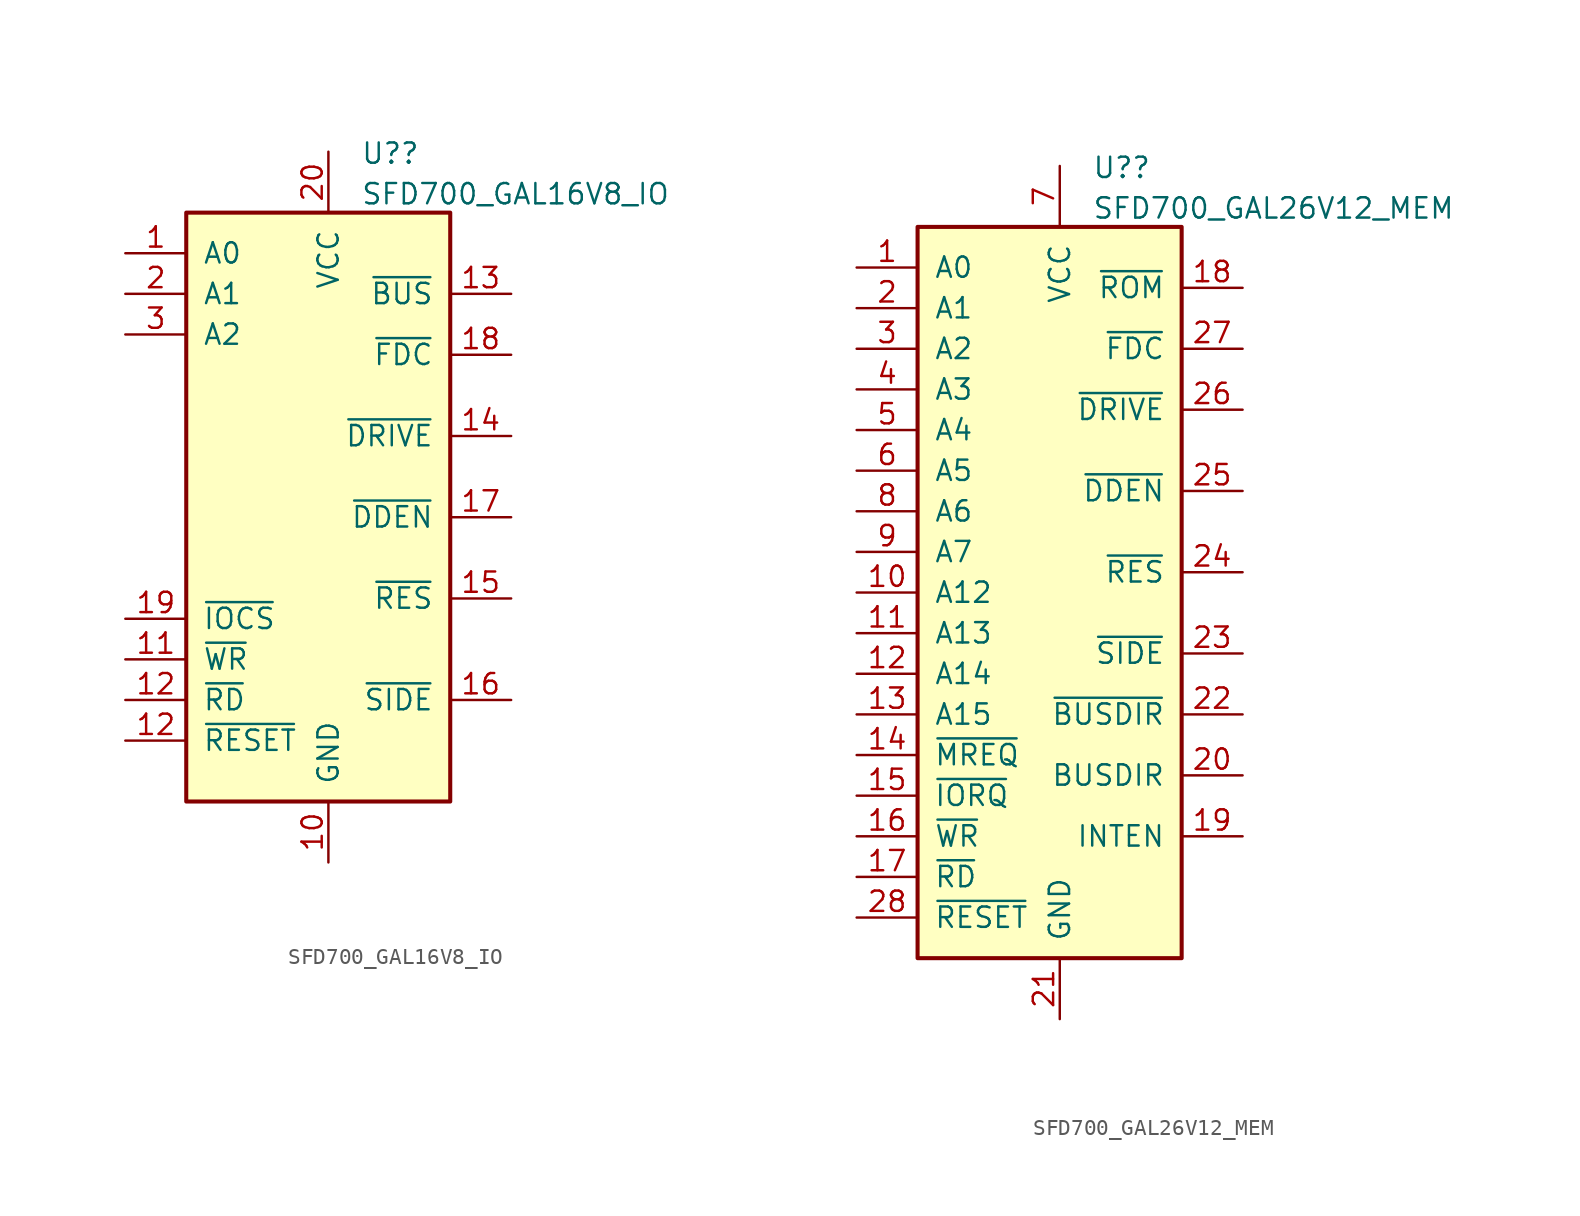
<source format=kicad_sym>
(kicad_symbol_lib
  (version 20220914)
  (generator kicad_symbol_editor)
  (symbol "SFD700_GAL16V8_IO"
    (pin_names
      (offset 1.016))
    (property "Reference" "U?"
      (at 2.019 18.94 0)
      (effects (font (size 1.27 1.27)) (justify left)))
    (property "Value" "SFD700_GAL16V8_IO"
      (at 2.019 16.403 0)
      (effects (font (size 1.27 1.27)) (justify left)))
    (symbol "SFD700_GAL16V8_IO_0_0"
      (pin power_in line (at 0 -25.4 90) (length 3.81) (name "GND" (effects (font (size 1.27 1.27)))) (number "10" (effects (font (size 1.27 1.27)))))
      (pin power_in line (at 0 19.05 270) (length 3.81) (name "VCC" (effects (font (size 1.27 1.27)))) (number "20" (effects (font (size 1.27 1.27))))))
    (symbol "SFD700_GAL16V8_IO_0_1"
      (rectangle (start -8.89 15.24) (end 7.62 -21.59) (stroke (width 0.254) (type default)) (fill (type background))))
    (symbol "SFD700_GAL16V8_IO_1_1"
      (pin input line (at -12.7 12.7 0) (length 3.81) (name "A0" (effects (font (size 1.27 1.27)))) (number "1" (effects (font (size 1.27 1.27)))))
      (pin input line (at -12.7 -12.7 0) (length 3.81) (name "~{WR}" (effects (font (size 1.27 1.27)))) (number "11" (effects (font (size 1.27 1.27)))))
      (pin input line (at -12.7 -15.24 0) (length 3.81) (name "~{RD}" (effects (font (size 1.27 1.27)))) (number "12" (effects (font (size 1.27 1.27)))))
      (pin input line (at -12.7 -17.78 0) (length 3.81) (name "~{RESET}" (effects (font (size 1.27 1.27)))) (number "12" (effects (font (size 1.27 1.27)))))
      (pin output line (at 11.43 10.16 180) (length 3.81) (name "~{BUS}" (effects (font (size 1.27 1.27)))) (number "13" (effects (font (size 1.27 1.27)))))
      (pin output line (at 11.43 1.27 180) (length 3.81) (name "~{DRIVE}" (effects (font (size 1.27 1.27)))) (number "14" (effects (font (size 1.27 1.27)))))
      (pin output line (at 11.43 -8.89 180) (length 3.81) (name "~{RES}" (effects (font (size 1.27 1.27)))) (number "15" (effects (font (size 1.27 1.27)))))
      (pin output line (at 11.43 -15.24 180) (length 3.81) (name "~{SIDE}" (effects (font (size 1.27 1.27)))) (number "16" (effects (font (size 1.27 1.27)))))
      (pin output line (at 11.43 -3.81 180) (length 3.81) (name "~{DDEN}" (effects (font (size 1.27 1.27)))) (number "17" (effects (font (size 1.27 1.27)))))
      (pin output line (at 11.43 6.35 180) (length 3.81) (name "~{FDC}" (effects (font (size 1.27 1.27)))) (number "18" (effects (font (size 1.27 1.27)))))
      (pin input line (at -12.7 -10.16 0) (length 3.81) (name "~{IOCS}" (effects (font (size 1.27 1.27)))) (number "19" (effects (font (size 1.27 1.27)))))
      (pin input line (at -12.7 10.16 0) (length 3.81) (name "A1" (effects (font (size 1.27 1.27)))) (number "2" (effects (font (size 1.27 1.27)))))
      (pin input line (at -12.7 7.62 0) (length 3.81) (name "A2" (effects (font (size 1.27 1.27)))) (number "3" (effects (font (size 1.27 1.27)))))))
  (symbol "SFD700_GAL26V12_MEM"
    (pin_names
      (offset 1.016))
    (property "Reference" "U?"
      (at 2.019 18.94 0)
      (effects (font (size 1.27 1.27)) (justify left)))
    (property "Value" "SFD700_GAL26V12_MEM"
      (at 2.019 16.403 0)
      (effects (font (size 1.27 1.27)) (justify left)))
    (symbol "SFD700_GAL26V12_MEM_0_0"
      (pin power_in line (at 0 -34.29 90) (length 3.81) (name "GND" (effects (font (size 1.27 1.27)))) (number "21" (effects (font (size 1.27 1.27)))))
      (pin power_in line (at 0 19.05 270) (length 3.81) (name "VCC" (effects (font (size 1.27 1.27)))) (number "7" (effects (font (size 1.27 1.27))))))
    (symbol "SFD700_GAL26V12_MEM_0_1"
      (rectangle (start -8.89 15.24) (end 7.62 -30.48) (stroke (width 0.254) (type default)) (fill (type background))))
    (symbol "SFD700_GAL26V12_MEM_1_1"
      (pin input line (at -12.7 12.7 0) (length 3.81) (name "A0" (effects (font (size 1.27 1.27)))) (number "1" (effects (font (size 1.27 1.27)))))
      (pin input line (at -12.7 -7.62 0) (length 3.81) (name "A12" (effects (font (size 1.27 1.27)))) (number "10" (effects (font (size 1.27 1.27)))))
      (pin input line (at -12.7 -10.16 0) (length 3.81) (name "A13" (effects (font (size 1.27 1.27)))) (number "11" (effects (font (size 1.27 1.27)))))
      (pin input line (at -12.7 -12.7 0) (length 3.81) (name "A14" (effects (font (size 1.27 1.27)))) (number "12" (effects (font (size 1.27 1.27)))))
      (pin input line (at -12.7 -15.24 0) (length 3.81) (name "A15" (effects (font (size 1.27 1.27)))) (number "13" (effects (font (size 1.27 1.27)))))
      (pin input line (at -12.7 -17.78 0) (length 3.81) (name "~{MREQ}" (effects (font (size 1.27 1.27)))) (number "14" (effects (font (size 1.27 1.27)))))
      (pin input line (at -12.7 -20.32 0) (length 3.81) (name "~{IORQ}" (effects (font (size 1.27 1.27)))) (number "15" (effects (font (size 1.27 1.27)))))
      (pin input line (at -12.7 -22.86 0) (length 3.81) (name "~{WR}" (effects (font (size 1.27 1.27)))) (number "16" (effects (font (size 1.27 1.27)))))
      (pin input line (at -12.7 -25.4 0) (length 3.81) (name "~{RD}" (effects (font (size 1.27 1.27)))) (number "17" (effects (font (size 1.27 1.27)))))
      (pin output line (at 11.43 11.43 180) (length 3.81) (name "~{ROM}" (effects (font (size 1.27 1.27)))) (number "18" (effects (font (size 1.27 1.27)))))
      (pin output line (at 11.43 -22.86 180) (length 3.81) (name "INTEN" (effects (font (size 1.27 1.27)))) (number "19" (effects (font (size 1.27 1.27)))))
      (pin input line (at -12.7 10.16 0) (length 3.81) (name "A1" (effects (font (size 1.27 1.27)))) (number "2" (effects (font (size 1.27 1.27)))))
      (pin output line (at 11.43 -19.05 180) (length 3.81) (name "BUSDIR" (effects (font (size 1.27 1.27)))) (number "20" (effects (font (size 1.27 1.27)))))
      (pin output line (at 11.43 -15.24 180) (length 3.81) (name "~{BUSDIR}" (effects (font (size 1.27 1.27)))) (number "22" (effects (font (size 1.27 1.27)))))
      (pin output line (at 11.43 -11.43 180) (length 3.81) (name "~{SIDE}" (effects (font (size 1.27 1.27)))) (number "23" (effects (font (size 1.27 1.27)))))
      (pin output line (at 11.43 -6.35 180) (length 3.81) (name "~{RES}" (effects (font (size 1.27 1.27)))) (number "24" (effects (font (size 1.27 1.27)))))
      (pin output line (at 11.43 -1.27 180) (length 3.81) (name "~{DDEN}" (effects (font (size 1.27 1.27)))) (number "25" (effects (font (size 1.27 1.27)))))
      (pin output line (at 11.43 3.81 180) (length 3.81) (name "~{DRIVE}" (effects (font (size 1.27 1.27)))) (number "26" (effects (font (size 1.27 1.27)))))
      (pin output line (at 11.43 7.62 180) (length 3.81) (name "~{FDC}" (effects (font (size 1.27 1.27)))) (number "27" (effects (font (size 1.27 1.27)))))
      (pin input line (at -12.7 -27.94 0) (length 3.81) (name "~{RESET}" (effects (font (size 1.27 1.27)))) (number "28" (effects (font (size 1.27 1.27)))))
      (pin input line (at -12.7 7.62 0) (length 3.81) (name "A2" (effects (font (size 1.27 1.27)))) (number "3" (effects (font (size 1.27 1.27)))))
      (pin input line (at -12.7 5.08 0) (length 3.81) (name "A3" (effects (font (size 1.27 1.27)))) (number "4" (effects (font (size 1.27 1.27)))))
      (pin input line (at -12.7 2.54 0) (length 3.81) (name "A4" (effects (font (size 1.27 1.27)))) (number "5" (effects (font (size 1.27 1.27)))))
      (pin input line (at -12.7 0 0) (length 3.81) (name "A5" (effects (font (size 1.27 1.27)))) (number "6" (effects (font (size 1.27 1.27)))))
      (pin input line (at -12.7 -2.54 0) (length 3.81) (name "A6" (effects (font (size 1.27 1.27)))) (number "8" (effects (font (size 1.27 1.27)))))
      (pin input line (at -12.7 -5.08 0) (length 3.81) (name "A7" (effects (font (size 1.27 1.27)))) (number "9" (effects (font (size 1.27 1.27))))))))
</source>
